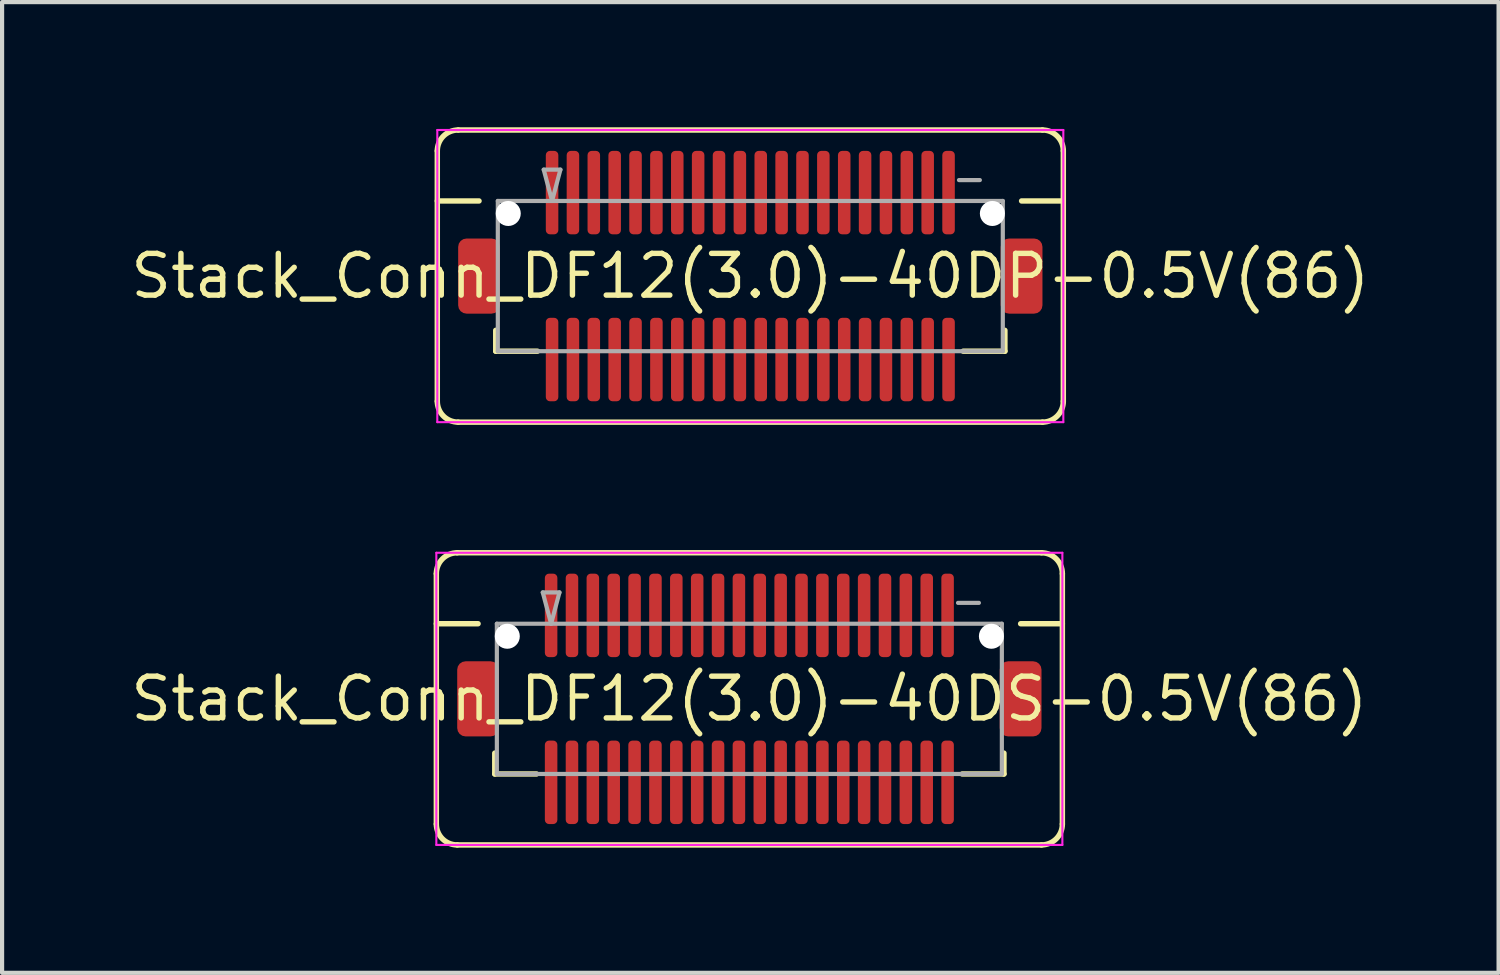
<source format=kicad_pcb>
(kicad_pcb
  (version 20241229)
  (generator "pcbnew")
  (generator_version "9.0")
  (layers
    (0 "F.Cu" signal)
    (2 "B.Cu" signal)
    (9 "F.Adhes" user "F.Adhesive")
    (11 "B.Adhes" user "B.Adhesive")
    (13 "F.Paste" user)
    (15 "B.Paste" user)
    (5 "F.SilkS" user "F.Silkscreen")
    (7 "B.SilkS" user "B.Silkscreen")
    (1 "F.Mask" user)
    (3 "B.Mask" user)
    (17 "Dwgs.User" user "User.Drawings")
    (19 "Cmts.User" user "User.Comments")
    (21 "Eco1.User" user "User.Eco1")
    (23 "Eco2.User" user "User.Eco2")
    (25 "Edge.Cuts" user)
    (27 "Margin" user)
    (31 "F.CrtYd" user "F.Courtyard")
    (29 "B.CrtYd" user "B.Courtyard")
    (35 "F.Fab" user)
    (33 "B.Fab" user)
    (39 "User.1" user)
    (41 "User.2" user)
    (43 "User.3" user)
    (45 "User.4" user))
  (footprint "Stack_Conn_DF12(3.0)-40DS-0.5V(86)"
    (layer "F.Cu")
    (at 14.905 13.695)
    (property "Reference" "Stack_Conn_DF12(3.0)-40DS-0.5V(86)" (at 0 0 0) (layer "F.SilkS") (effects (font (size 1 1) (thickness 0.13))))
    (attr smd)
    (fp_line (start -7.5 -1.8) (end -6.5 -1.8) (stroke (width 0.13) (type solid)) (layer "F.SilkS"))
    (fp_line (start -7.5 3) (end -7.5 -3) (stroke (width 0.13) (type solid)) (layer "F.SilkS"))
    (fp_line (start -7 -3.5) (end 7 -3.5) (stroke (width 0.13) (type solid)) (layer "F.SilkS"))
    (fp_line (start -6.1 1.8) (end -6.1 1.3) (stroke (width 0.13) (type solid)) (layer "F.SilkS"))
    (fp_line (start -5.1 1.8) (end -6.1 1.8) (stroke (width 0.13) (type solid)) (layer "F.SilkS"))
    (fp_line (start 5.1 1.8) (end 6.1 1.8) (stroke (width 0.13) (type solid)) (layer "F.SilkS"))
    (fp_line (start 6.1 1.8) (end 6.1 1.3) (stroke (width 0.13) (type solid)) (layer "F.SilkS"))
    (fp_line (start 7 3.5) (end -7 3.5) (stroke (width 0.13) (type solid)) (layer "F.SilkS"))
    (fp_line (start 7.5 -3) (end 7.5 3) (stroke (width 0.13) (type solid)) (layer "F.SilkS"))
    (fp_line (start 7.5 -1.8) (end 6.5 -1.8) (stroke (width 0.13) (type solid)) (layer "F.SilkS"))
    (fp_arc (start -7.5 -3) (mid -7.353553 -3.353553) (end -7 -3.5) (stroke (width 0.13) (type solid)) (layer "F.SilkS"))
    (fp_arc (start -7 3.5) (mid -7.353553 3.353553) (end -7.5 3) (stroke (width 0.13) (type solid)) (layer "F.SilkS"))
    (fp_arc (start 7 -3.5) (mid 7.353553 -3.353553) (end 7.5 -3) (stroke (width 0.13) (type solid)) (layer "F.SilkS"))
    (fp_arc (start 7.5 3) (mid 7.353553 3.353553) (end 7 3.5) (stroke (width 0.13) (type solid)) (layer "F.SilkS"))
    (fp_line (start -7.5 -3.5) (end -7.5 3.5) (stroke (width 0.05) (type solid)) (layer "F.CrtYd"))
    (fp_line (start -7.5 3.5) (end 7.5 3.5) (stroke (width 0.05) (type solid)) (layer "F.CrtYd"))
    (fp_line (start 7.5 -3.5) (end -7.5 -3.5) (stroke (width 0.05) (type solid)) (layer "F.CrtYd"))
    (fp_line (start 7.5 3.5) (end 7.5 -3.5) (stroke (width 0.05) (type solid)) (layer "F.CrtYd"))
    (fp_line (start -6.05 -1.8) (end 6.05 -1.8) (stroke (width 0.1) (type solid)) (layer "F.Fab"))
    (fp_line (start -6.05 1.8) (end -6.05 -1.8) (stroke (width 0.1) (type solid)) (layer "F.Fab"))
    (fp_line (start -4.95 -2.55) (end -4.75 -1.8) (stroke (width 0.1) (type solid)) (layer "F.Fab"))
    (fp_line (start -4.75 -1.8) (end -4.55 -2.55) (stroke (width 0.1) (type solid)) (layer "F.Fab"))
    (fp_line (start -4.55 -2.55) (end -4.95 -2.55) (stroke (width 0.1) (type solid)) (layer "F.Fab"))
    (fp_line (start 5.5 -2.3) (end 5 -2.3) (stroke (width 0.1) (type solid)) (layer "F.Fab"))
    (fp_line (start 6.05 -1.8) (end 6.05 1.8) (stroke (width 0.1) (type solid)) (layer "F.Fab"))
    (fp_line (start 6.05 1.8) (end -6.05 1.8) (stroke (width 0.1) (type solid)) (layer "F.Fab"))
    (pad "" np_thru_hole circle (at -5.8 -1.5) (size 0.6 0.6) (drill 0.6) (layers "*.Cu" "*.Mask"))
    (pad "" smd rect (at -4.75 -2) (size 0.28 1.2) (layers "F.Paste"))
    (pad "" smd rect (at -4.75 2) (size 0.28 1.2) (layers "F.Paste"))
    (pad "" smd rect (at -4.25 -2) (size 0.28 1.2) (layers "F.Paste"))
    (pad "" smd rect (at -4.25 2) (size 0.28 1.2) (layers "F.Paste"))
    (pad "" smd rect (at -3.75 -2) (size 0.28 1.2) (layers "F.Paste"))
    (pad "" smd rect (at -3.75 2) (size 0.28 1.2) (layers "F.Paste"))
    (pad "" smd rect (at -3.25 -2) (size 0.28 1.2) (layers "F.Paste"))
    (pad "" smd rect (at -3.25 2) (size 0.28 1.2) (layers "F.Paste"))
    (pad "" smd rect (at -2.75 -2) (size 0.28 1.2) (layers "F.Paste"))
    (pad "" smd rect (at -2.75 2) (size 0.28 1.2) (layers "F.Paste"))
    (pad "" smd rect (at -2.25 -2) (size 0.28 1.2) (layers "F.Paste"))
    (pad "" smd rect (at -2.25 2) (size 0.28 1.2) (layers "F.Paste"))
    (pad "" smd rect (at -1.75 -2) (size 0.28 1.2) (layers "F.Paste"))
    (pad "" smd rect (at -1.75 2) (size 0.28 1.2) (layers "F.Paste"))
    (pad "" smd rect (at -1.25 -2) (size 0.28 1.2) (layers "F.Paste"))
    (pad "" smd rect (at -1.25 2) (size 0.28 1.2) (layers "F.Paste"))
    (pad "" smd rect (at -0.75 -2) (size 0.28 1.2) (layers "F.Paste"))
    (pad "" smd rect (at -0.75 2) (size 0.28 1.2) (layers "F.Paste"))
    (pad "" smd rect (at -0.25 -2) (size 0.28 1.2) (layers "F.Paste"))
    (pad "" smd rect (at -0.25 2) (size 0.28 1.2) (layers "F.Paste"))
    (pad "" smd rect (at 0.25 -2) (size 0.28 1.2) (layers "F.Paste"))
    (pad "" smd rect (at 0.25 2) (size 0.28 1.2) (layers "F.Paste"))
    (pad "" smd rect (at 0.75 -2) (size 0.28 1.2) (layers "F.Paste"))
    (pad "" smd rect (at 0.75 2) (size 0.28 1.2) (layers "F.Paste"))
    (pad "" smd rect (at 1.25 -2) (size 0.28 1.2) (layers "F.Paste"))
    (pad "" smd rect (at 1.25 2) (size 0.28 1.2) (layers "F.Paste"))
    (pad "" smd rect (at 1.75 -2) (size 0.28 1.2) (layers "F.Paste"))
    (pad "" smd rect (at 1.75 2) (size 0.28 1.2) (layers "F.Paste"))
    (pad "" smd rect (at 2.25 -2) (size 0.28 1.2) (layers "F.Paste"))
    (pad "" smd rect (at 2.25 2) (size 0.28 1.2) (layers "F.Paste"))
    (pad "" smd rect (at 2.75 -2) (size 0.28 1.2) (layers "F.Paste"))
    (pad "" smd rect (at 2.75 2) (size 0.28 1.2) (layers "F.Paste"))
    (pad "" smd rect (at 3.25 -2) (size 0.28 1.2) (layers "F.Paste"))
    (pad "" smd rect (at 3.25 2) (size 0.28 1.2) (layers "F.Paste"))
    (pad "" smd rect (at 3.75 -2) (size 0.28 1.2) (layers "F.Paste"))
    (pad "" smd rect (at 3.75 2) (size 0.28 1.2) (layers "F.Paste"))
    (pad "" smd rect (at 4.25 -2) (size 0.28 1.2) (layers "F.Paste"))
    (pad "" smd rect (at 4.25 2) (size 0.28 1.2) (layers "F.Paste"))
    (pad "" smd rect (at 4.75 -2) (size 0.28 1.2) (layers "F.Paste"))
    (pad "" smd rect (at 4.75 2) (size 0.28 1.2) (layers "F.Paste"))
    (pad "" np_thru_hole circle (at 5.8 -1.5) (size 0.6 0.6) (drill 0.6) (layers "*.Cu" "*.Mask"))
    (pad "1" smd roundrect (at -4.75 -2) (size 0.3 2) (layers "F.Cu" "F.Mask") (roundrect_rratio 0.333))
    (pad "2" smd roundrect (at -4.25 -2) (size 0.3 2) (layers "F.Cu" "F.Mask") (roundrect_rratio 0.333))
    (pad "3" smd roundrect (at -3.75 -2) (size 0.3 2) (layers "F.Cu" "F.Mask") (roundrect_rratio 0.333))
    (pad "4" smd roundrect (at -3.25 -2) (size 0.3 2) (layers "F.Cu" "F.Mask") (roundrect_rratio 0.333))
    (pad "5" smd roundrect (at -2.75 -2) (size 0.3 2) (layers "F.Cu" "F.Mask") (roundrect_rratio 0.333))
    (pad "6" smd roundrect (at -2.25 -2) (size 0.3 2) (layers "F.Cu" "F.Mask") (roundrect_rratio 0.333))
    (pad "7" smd roundrect (at -1.75 -2) (size 0.3 2) (layers "F.Cu" "F.Mask") (roundrect_rratio 0.333))
    (pad "8" smd roundrect (at -1.25 -2) (size 0.3 2) (layers "F.Cu" "F.Mask") (roundrect_rratio 0.333))
    (pad "9" smd roundrect (at -0.75 -2) (size 0.3 2) (layers "F.Cu" "F.Mask") (roundrect_rratio 0.333))
    (pad "10" smd roundrect (at -0.25 -2) (size 0.3 2) (layers "F.Cu" "F.Mask") (roundrect_rratio 0.333))
    (pad "11" smd roundrect (at 0.25 -2) (size 0.3 2) (layers "F.Cu" "F.Mask") (roundrect_rratio 0.333))
    (pad "12" smd roundrect (at 0.75 -2) (size 0.3 2) (layers "F.Cu" "F.Mask") (roundrect_rratio 0.333))
    (pad "13" smd roundrect (at 1.25 -2) (size 0.3 2) (layers "F.Cu" "F.Mask") (roundrect_rratio 0.333))
    (pad "14" smd roundrect (at 1.75 -2) (size 0.3 2) (layers "F.Cu" "F.Mask") (roundrect_rratio 0.333))
    (pad "15" smd roundrect (at 2.25 -2) (size 0.3 2) (layers "F.Cu" "F.Mask") (roundrect_rratio 0.333))
    (pad "16" smd roundrect (at 2.75 -2) (size 0.3 2) (layers "F.Cu" "F.Mask") (roundrect_rratio 0.333))
    (pad "17" smd roundrect (at 3.25 -2) (size 0.3 2) (layers "F.Cu" "F.Mask") (roundrect_rratio 0.333))
    (pad "18" smd roundrect (at 3.75 -2) (size 0.3 2) (layers "F.Cu" "F.Mask") (roundrect_rratio 0.333))
    (pad "19" smd roundrect (at 4.25 -2) (size 0.3 2) (layers "F.Cu" "F.Mask") (roundrect_rratio 0.333))
    (pad "20" smd roundrect (at 4.75 -2) (size 0.3 2) (layers "F.Cu" "F.Mask") (roundrect_rratio 0.333))
    (pad "21" smd roundrect (at -4.75 2) (size 0.3 2) (layers "F.Cu" "F.Mask") (roundrect_rratio 0.333))
    (pad "22" smd roundrect (at -4.25 2) (size 0.3 2) (layers "F.Cu" "F.Mask") (roundrect_rratio 0.333))
    (pad "23" smd roundrect (at -3.75 2) (size 0.3 2) (layers "F.Cu" "F.Mask") (roundrect_rratio 0.333))
    (pad "24" smd roundrect (at -3.25 2) (size 0.3 2) (layers "F.Cu" "F.Mask") (roundrect_rratio 0.333))
    (pad "25" smd roundrect (at -2.75 2) (size 0.3 2) (layers "F.Cu" "F.Mask") (roundrect_rratio 0.333))
    (pad "26" smd roundrect (at -2.25 2) (size 0.3 2) (layers "F.Cu" "F.Mask") (roundrect_rratio 0.333))
    (pad "27" smd roundrect (at -1.75 2) (size 0.3 2) (layers "F.Cu" "F.Mask") (roundrect_rratio 0.333))
    (pad "28" smd roundrect (at -1.25 2) (size 0.3 2) (layers "F.Cu" "F.Mask") (roundrect_rratio 0.333))
    (pad "29" smd roundrect (at -0.75 2) (size 0.3 2) (layers "F.Cu" "F.Mask") (roundrect_rratio 0.333))
    (pad "30" smd roundrect (at -0.25 2) (size 0.3 2) (layers "F.Cu" "F.Mask") (roundrect_rratio 0.333))
    (pad "31" smd roundrect (at 0.25 2) (size 0.3 2) (layers "F.Cu" "F.Mask") (roundrect_rratio 0.333))
    (pad "32" smd roundrect (at 0.75 2) (size 0.3 2) (layers "F.Cu" "F.Mask") (roundrect_rratio 0.333))
    (pad "33" smd roundrect (at 1.25 2) (size 0.3 2) (layers "F.Cu" "F.Mask") (roundrect_rratio 0.333))
    (pad "34" smd roundrect (at 1.75 2) (size 0.3 2) (layers "F.Cu" "F.Mask") (roundrect_rratio 0.333))
    (pad "35" smd roundrect (at 2.25 2) (size 0.3 2) (layers "F.Cu" "F.Mask") (roundrect_rratio 0.333))
    (pad "36" smd roundrect (at 2.75 2) (size 0.3 2) (layers "F.Cu" "F.Mask") (roundrect_rratio 0.333))
    (pad "37" smd roundrect (at 3.25 2) (size 0.3 2) (layers "F.Cu" "F.Mask") (roundrect_rratio 0.333))
    (pad "38" smd roundrect (at 3.75 2) (size 0.3 2) (layers "F.Cu" "F.Mask") (roundrect_rratio 0.333))
    (pad "39" smd roundrect (at 4.25 2) (size 0.3 2) (layers "F.Cu" "F.Mask") (roundrect_rratio 0.333))
    (pad "40" smd roundrect (at 4.75 2) (size 0.3 2) (layers "F.Cu" "F.Mask") (roundrect_rratio 0.333))
    (pad "SH" smd roundrect (at -6.5 0) (size 1 1.8) (layers "F.Cu" "F.Mask") (roundrect_rratio 0.2))
    (pad "SH" smd roundrect (at 6.5 0) (size 1 1.8) (layers "F.Cu" "F.Mask") (roundrect_rratio 0.2)))
  (footprint "Stack_Conn_DF12(3.0)-40DP-0.5V(86)"
    (layer "F.Cu")
    (at 14.928 3.565)
    (property "Reference" "Stack_Conn_DF12(3.0)-40DP-0.5V(86)" (at 0 0 0) (layer "F.SilkS") (effects (font (size 1 1) (thickness 0.13))))
    (attr smd)
    (fp_line (start -7.5 -1.8) (end -6.5 -1.8) (stroke (width 0.13) (type solid)) (layer "F.SilkS"))
    (fp_line (start -7.5 3) (end -7.5 -3) (stroke (width 0.13) (type solid)) (layer "F.SilkS"))
    (fp_line (start -7 -3.5) (end 7 -3.5) (stroke (width 0.13) (type solid)) (layer "F.SilkS"))
    (fp_line (start -6.1 1.8) (end -6.1 1.3) (stroke (width 0.13) (type solid)) (layer "F.SilkS"))
    (fp_line (start -5.1 1.8) (end -6.1 1.8) (stroke (width 0.13) (type solid)) (layer "F.SilkS"))
    (fp_line (start 5.1 1.8) (end 6.1 1.8) (stroke (width 0.13) (type solid)) (layer "F.SilkS"))
    (fp_line (start 6.1 1.8) (end 6.1 1.3) (stroke (width 0.13) (type solid)) (layer "F.SilkS"))
    (fp_line (start 7 3.5) (end -7 3.5) (stroke (width 0.13) (type solid)) (layer "F.SilkS"))
    (fp_line (start 7.5 -3) (end 7.5 3) (stroke (width 0.13) (type solid)) (layer "F.SilkS"))
    (fp_line (start 7.5 -1.8) (end 6.5 -1.8) (stroke (width 0.13) (type solid)) (layer "F.SilkS"))
    (fp_arc (start -7.5 -3) (mid -7.353553 -3.353553) (end -7 -3.5) (stroke (width 0.13) (type solid)) (layer "F.SilkS"))
    (fp_arc (start -7 3.5) (mid -7.353553 3.353553) (end -7.5 3) (stroke (width 0.13) (type solid)) (layer "F.SilkS"))
    (fp_arc (start 7 -3.5) (mid 7.353553 -3.353553) (end 7.5 -3) (stroke (width 0.13) (type solid)) (layer "F.SilkS"))
    (fp_arc (start 7.5 3) (mid 7.353553 3.353553) (end 7 3.5) (stroke (width 0.13) (type solid)) (layer "F.SilkS"))
    (fp_line (start -7.5 -3.5) (end -7.5 3.5) (stroke (width 0.05) (type solid)) (layer "F.CrtYd"))
    (fp_line (start -7.5 3.5) (end 7.5 3.5) (stroke (width 0.05) (type solid)) (layer "F.CrtYd"))
    (fp_line (start 7.5 -3.5) (end -7.5 -3.5) (stroke (width 0.05) (type solid)) (layer "F.CrtYd"))
    (fp_line (start 7.5 3.5) (end 7.5 -3.5) (stroke (width 0.05) (type solid)) (layer "F.CrtYd"))
    (fp_line (start -6.05 -1.8) (end 6.05 -1.8) (stroke (width 0.1) (type solid)) (layer "F.Fab"))
    (fp_line (start -6.05 1.8) (end -6.05 -1.8) (stroke (width 0.1) (type solid)) (layer "F.Fab"))
    (fp_line (start -4.95 -2.55) (end -4.75 -1.8) (stroke (width 0.1) (type solid)) (layer "F.Fab"))
    (fp_line (start -4.75 -1.8) (end -4.55 -2.55) (stroke (width 0.1) (type solid)) (layer "F.Fab"))
    (fp_line (start -4.55 -2.55) (end -4.95 -2.55) (stroke (width 0.1) (type solid)) (layer "F.Fab"))
    (fp_line (start 5.5 -2.3) (end 5 -2.3) (stroke (width 0.1) (type solid)) (layer "F.Fab"))
    (fp_line (start 6.05 -1.8) (end 6.05 1.8) (stroke (width 0.1) (type solid)) (layer "F.Fab"))
    (fp_line (start 6.05 1.8) (end -6.05 1.8) (stroke (width 0.1) (type solid)) (layer "F.Fab"))
    (pad "" np_thru_hole circle (at -5.8 -1.5) (size 0.6 0.6) (drill 0.6) (layers "*.Cu" "*.Mask"))
    (pad "" smd rect (at -4.75 -2) (size 0.28 1.2) (layers "F.Paste"))
    (pad "" smd rect (at -4.75 2) (size 0.28 1.2) (layers "F.Paste"))
    (pad "" smd rect (at -4.25 -2) (size 0.28 1.2) (layers "F.Paste"))
    (pad "" smd rect (at -4.25 2) (size 0.28 1.2) (layers "F.Paste"))
    (pad "" smd rect (at -3.75 -2) (size 0.28 1.2) (layers "F.Paste"))
    (pad "" smd rect (at -3.75 2) (size 0.28 1.2) (layers "F.Paste"))
    (pad "" smd rect (at -3.25 -2) (size 0.28 1.2) (layers "F.Paste"))
    (pad "" smd rect (at -3.25 2) (size 0.28 1.2) (layers "F.Paste"))
    (pad "" smd rect (at -2.75 -2) (size 0.28 1.2) (layers "F.Paste"))
    (pad "" smd rect (at -2.75 2) (size 0.28 1.2) (layers "F.Paste"))
    (pad "" smd rect (at -2.25 -2) (size 0.28 1.2) (layers "F.Paste"))
    (pad "" smd rect (at -2.25 2) (size 0.28 1.2) (layers "F.Paste"))
    (pad "" smd rect (at -1.75 -2) (size 0.28 1.2) (layers "F.Paste"))
    (pad "" smd rect (at -1.75 2) (size 0.28 1.2) (layers "F.Paste"))
    (pad "" smd rect (at -1.25 -2) (size 0.28 1.2) (layers "F.Paste"))
    (pad "" smd rect (at -1.25 2) (size 0.28 1.2) (layers "F.Paste"))
    (pad "" smd rect (at -0.75 -2) (size 0.28 1.2) (layers "F.Paste"))
    (pad "" smd rect (at -0.75 2) (size 0.28 1.2) (layers "F.Paste"))
    (pad "" smd rect (at -0.25 -2) (size 0.28 1.2) (layers "F.Paste"))
    (pad "" smd rect (at -0.25 2) (size 0.28 1.2) (layers "F.Paste"))
    (pad "" smd rect (at 0.25 -2) (size 0.28 1.2) (layers "F.Paste"))
    (pad "" smd rect (at 0.25 2) (size 0.28 1.2) (layers "F.Paste"))
    (pad "" smd rect (at 0.75 -2) (size 0.28 1.2) (layers "F.Paste"))
    (pad "" smd rect (at 0.75 2) (size 0.28 1.2) (layers "F.Paste"))
    (pad "" smd rect (at 1.25 -2) (size 0.28 1.2) (layers "F.Paste"))
    (pad "" smd rect (at 1.25 2) (size 0.28 1.2) (layers "F.Paste"))
    (pad "" smd rect (at 1.75 -2) (size 0.28 1.2) (layers "F.Paste"))
    (pad "" smd rect (at 1.75 2) (size 0.28 1.2) (layers "F.Paste"))
    (pad "" smd rect (at 2.25 -2) (size 0.28 1.2) (layers "F.Paste"))
    (pad "" smd rect (at 2.25 2) (size 0.28 1.2) (layers "F.Paste"))
    (pad "" smd rect (at 2.75 -2) (size 0.28 1.2) (layers "F.Paste"))
    (pad "" smd rect (at 2.75 2) (size 0.28 1.2) (layers "F.Paste"))
    (pad "" smd rect (at 3.25 -2) (size 0.28 1.2) (layers "F.Paste"))
    (pad "" smd rect (at 3.25 2) (size 0.28 1.2) (layers "F.Paste"))
    (pad "" smd rect (at 3.75 -2) (size 0.28 1.2) (layers "F.Paste"))
    (pad "" smd rect (at 3.75 2) (size 0.28 1.2) (layers "F.Paste"))
    (pad "" smd rect (at 4.25 -2) (size 0.28 1.2) (layers "F.Paste"))
    (pad "" smd rect (at 4.25 2) (size 0.28 1.2) (layers "F.Paste"))
    (pad "" smd rect (at 4.75 -2) (size 0.28 1.2) (layers "F.Paste"))
    (pad "" smd rect (at 4.75 2) (size 0.28 1.2) (layers "F.Paste"))
    (pad "" np_thru_hole circle (at 5.8 -1.5) (size 0.6 0.6) (drill 0.6) (layers "*.Cu" "*.Mask"))
    (pad "1" smd roundrect (at -4.75 -2) (size 0.3 2) (layers "F.Cu" "F.Mask") (roundrect_rratio 0.333))
    (pad "2" smd roundrect (at -4.25 -2) (size 0.3 2) (layers "F.Cu" "F.Mask") (roundrect_rratio 0.333))
    (pad "3" smd roundrect (at -3.75 -2) (size 0.3 2) (layers "F.Cu" "F.Mask") (roundrect_rratio 0.333))
    (pad "4" smd roundrect (at -3.25 -2) (size 0.3 2) (layers "F.Cu" "F.Mask") (roundrect_rratio 0.333))
    (pad "5" smd roundrect (at -2.75 -2) (size 0.3 2) (layers "F.Cu" "F.Mask") (roundrect_rratio 0.333))
    (pad "6" smd roundrect (at -2.25 -2) (size 0.3 2) (layers "F.Cu" "F.Mask") (roundrect_rratio 0.333))
    (pad "7" smd roundrect (at -1.75 -2) (size 0.3 2) (layers "F.Cu" "F.Mask") (roundrect_rratio 0.333))
    (pad "8" smd roundrect (at -1.25 -2) (size 0.3 2) (layers "F.Cu" "F.Mask") (roundrect_rratio 0.333))
    (pad "9" smd roundrect (at -0.75 -2) (size 0.3 2) (layers "F.Cu" "F.Mask") (roundrect_rratio 0.333))
    (pad "10" smd roundrect (at -0.25 -2) (size 0.3 2) (layers "F.Cu" "F.Mask") (roundrect_rratio 0.333))
    (pad "11" smd roundrect (at 0.25 -2) (size 0.3 2) (layers "F.Cu" "F.Mask") (roundrect_rratio 0.333))
    (pad "12" smd roundrect (at 0.75 -2) (size 0.3 2) (layers "F.Cu" "F.Mask") (roundrect_rratio 0.333))
    (pad "13" smd roundrect (at 1.25 -2) (size 0.3 2) (layers "F.Cu" "F.Mask") (roundrect_rratio 0.333))
    (pad "14" smd roundrect (at 1.75 -2) (size 0.3 2) (layers "F.Cu" "F.Mask") (roundrect_rratio 0.333))
    (pad "15" smd roundrect (at 2.25 -2) (size 0.3 2) (layers "F.Cu" "F.Mask") (roundrect_rratio 0.333))
    (pad "16" smd roundrect (at 2.75 -2) (size 0.3 2) (layers "F.Cu" "F.Mask") (roundrect_rratio 0.333))
    (pad "17" smd roundrect (at 3.25 -2) (size 0.3 2) (layers "F.Cu" "F.Mask") (roundrect_rratio 0.333))
    (pad "18" smd roundrect (at 3.75 -2) (size 0.3 2) (layers "F.Cu" "F.Mask") (roundrect_rratio 0.333))
    (pad "19" smd roundrect (at 4.25 -2) (size 0.3 2) (layers "F.Cu" "F.Mask") (roundrect_rratio 0.333))
    (pad "20" smd roundrect (at 4.75 -2) (size 0.3 2) (layers "F.Cu" "F.Mask") (roundrect_rratio 0.333))
    (pad "21" smd roundrect (at -4.75 2) (size 0.3 2) (layers "F.Cu" "F.Mask") (roundrect_rratio 0.333))
    (pad "22" smd roundrect (at -4.25 2) (size 0.3 2) (layers "F.Cu" "F.Mask") (roundrect_rratio 0.333))
    (pad "23" smd roundrect (at -3.75 2) (size 0.3 2) (layers "F.Cu" "F.Mask") (roundrect_rratio 0.333))
    (pad "24" smd roundrect (at -3.25 2) (size 0.3 2) (layers "F.Cu" "F.Mask") (roundrect_rratio 0.333))
    (pad "25" smd roundrect (at -2.75 2) (size 0.3 2) (layers "F.Cu" "F.Mask") (roundrect_rratio 0.333))
    (pad "26" smd roundrect (at -2.25 2) (size 0.3 2) (layers "F.Cu" "F.Mask") (roundrect_rratio 0.333))
    (pad "27" smd roundrect (at -1.75 2) (size 0.3 2) (layers "F.Cu" "F.Mask") (roundrect_rratio 0.333))
    (pad "28" smd roundrect (at -1.25 2) (size 0.3 2) (layers "F.Cu" "F.Mask") (roundrect_rratio 0.333))
    (pad "29" smd roundrect (at -0.75 2) (size 0.3 2) (layers "F.Cu" "F.Mask") (roundrect_rratio 0.333))
    (pad "30" smd roundrect (at -0.25 2) (size 0.3 2) (layers "F.Cu" "F.Mask") (roundrect_rratio 0.333))
    (pad "31" smd roundrect (at 0.25 2) (size 0.3 2) (layers "F.Cu" "F.Mask") (roundrect_rratio 0.333))
    (pad "32" smd roundrect (at 0.75 2) (size 0.3 2) (layers "F.Cu" "F.Mask") (roundrect_rratio 0.333))
    (pad "33" smd roundrect (at 1.25 2) (size 0.3 2) (layers "F.Cu" "F.Mask") (roundrect_rratio 0.333))
    (pad "34" smd roundrect (at 1.75 2) (size 0.3 2) (layers "F.Cu" "F.Mask") (roundrect_rratio 0.333))
    (pad "35" smd roundrect (at 2.25 2) (size 0.3 2) (layers "F.Cu" "F.Mask") (roundrect_rratio 0.333))
    (pad "36" smd roundrect (at 2.75 2) (size 0.3 2) (layers "F.Cu" "F.Mask") (roundrect_rratio 0.333))
    (pad "37" smd roundrect (at 3.25 2) (size 0.3 2) (layers "F.Cu" "F.Mask") (roundrect_rratio 0.333))
    (pad "38" smd roundrect (at 3.75 2) (size 0.3 2) (layers "F.Cu" "F.Mask") (roundrect_rratio 0.333))
    (pad "39" smd roundrect (at 4.25 2) (size 0.3 2) (layers "F.Cu" "F.Mask") (roundrect_rratio 0.333))
    (pad "40" smd roundrect (at 4.75 2) (size 0.3 2) (layers "F.Cu" "F.Mask") (roundrect_rratio 0.333))
    (pad "SH" smd roundrect (at -6.5 0) (size 1 1.8) (layers "F.Cu" "F.Mask") (roundrect_rratio 0.2))
    (pad "SH" smd roundrect (at 6.5 0) (size 1 1.8) (layers "F.Cu" "F.Mask") (roundrect_rratio 0.2)))
  (gr_rect
    (start -3 -3)
    (end 32.857 20.26)
    (stroke (width 0.1) (type default))
    (fill no)
    (layer "Edge.Cuts")))
</source>
